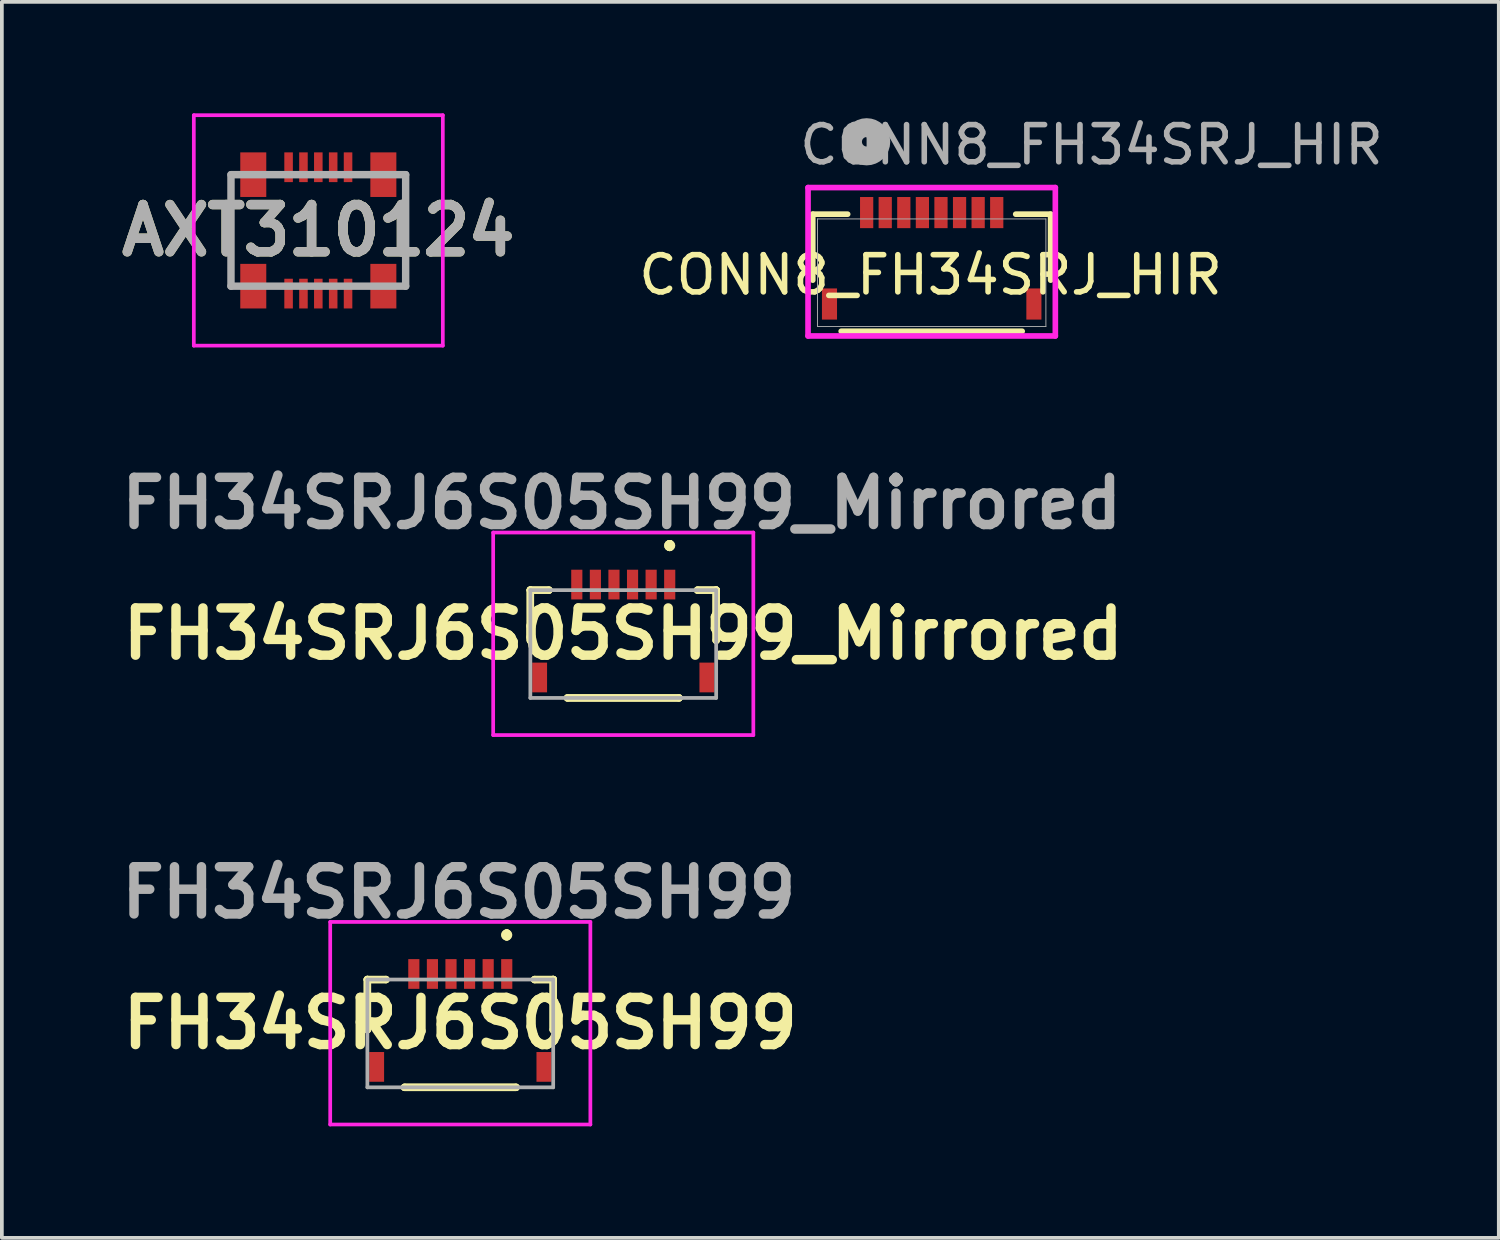
<source format=kicad_pcb>
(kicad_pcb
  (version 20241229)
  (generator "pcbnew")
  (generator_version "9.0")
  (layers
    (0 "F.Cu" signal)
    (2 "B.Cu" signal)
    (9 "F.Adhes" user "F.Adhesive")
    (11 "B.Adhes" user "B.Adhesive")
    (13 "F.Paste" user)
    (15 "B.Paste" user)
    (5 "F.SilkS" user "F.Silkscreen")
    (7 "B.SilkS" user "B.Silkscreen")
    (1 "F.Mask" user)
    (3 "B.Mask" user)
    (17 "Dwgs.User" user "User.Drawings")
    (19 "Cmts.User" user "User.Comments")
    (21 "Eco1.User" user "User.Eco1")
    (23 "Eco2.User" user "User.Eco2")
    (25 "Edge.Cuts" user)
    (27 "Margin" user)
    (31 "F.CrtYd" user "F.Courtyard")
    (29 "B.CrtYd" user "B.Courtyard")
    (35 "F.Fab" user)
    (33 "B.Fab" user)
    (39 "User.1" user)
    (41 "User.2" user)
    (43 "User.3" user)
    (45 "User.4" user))
  (footprint "CONN8_FH34SRJ_HIR"
    (layer "F.Cu")
    (at 22.019 4.288)
    (property "Reference" "CONN8_FH34SRJ_HIR" (at -0.03 0.06 0) (unlocked yes) (layer "F.SilkS") (effects (font (size 1 1) (thickness 0.15))))
    (attr smd)
    (fp_line (start -3.2 -1.575) (end -3.2 0.2) (stroke (width 0.152) (type solid)) (layer "F.SilkS"))
    (fp_line (start -2.435 1.575) (end 2.435 1.575) (stroke (width 0.152) (type solid)) (layer "F.SilkS"))
    (fp_line (start -2.261 -1.575) (end -3.2 -1.575) (stroke (width 0.152) (type solid)) (layer "F.SilkS"))
    (fp_line (start 3.2 -1.575) (end 2.261 -1.575) (stroke (width 0.152) (type solid)) (layer "F.SilkS"))
    (fp_line (start 3.2 0.2) (end 3.2 -1.575) (stroke (width 0.152) (type solid)) (layer "F.SilkS"))
    (fp_line (start -3.327 -2.291) (end -3.327 1.702) (stroke (width 0.152) (type solid)) (layer "F.CrtYd"))
    (fp_line (start -3.327 1.702) (end 3.327 1.702) (stroke (width 0.152) (type solid)) (layer "F.CrtYd"))
    (fp_line (start 3.327 -2.291) (end -3.327 -2.291) (stroke (width 0.152) (type solid)) (layer "F.CrtYd"))
    (fp_line (start 3.327 1.702) (end 3.327 -2.291) (stroke (width 0.152) (type solid)) (layer "F.CrtYd"))
    (fp_line (start -3.073 -1.448) (end -3.073 1.448) (stroke (width 0.025) (type solid)) (layer "F.Fab"))
    (fp_line (start -3.073 1.448) (end 3.073 1.448) (stroke (width 0.025) (type solid)) (layer "F.Fab"))
    (fp_line (start 3.073 -1.448) (end -3.073 -1.448) (stroke (width 0.025) (type solid)) (layer "F.Fab"))
    (fp_line (start 3.073 1.448) (end 3.073 -1.448) (stroke (width 0.025) (type solid)) (layer "F.Fab"))
    (fp_circle (center -1.75 -3.523) (end -1.369 -3.523) (stroke (width 0.508) (type solid)) (fill no) (layer "F.Fab"))
    (fp_text user "${REFERENCE}" (at 4.3 -3.44 0) (unlocked yes) (layer "F.Fab") (effects (font (size 1 1) (thickness 0.15))))
    (pad "1" smd rect (at -1.75 -1.618) (size 0.356 0.838) (layers "F.Cu" "F.Mask" "F.Paste"))
    (pad "2" smd rect (at -1.25 -1.618) (size 0.356 0.838) (layers "F.Cu" "F.Mask" "F.Paste"))
    (pad "3" smd rect (at -0.75 -1.618) (size 0.356 0.838) (layers "F.Cu" "F.Mask" "F.Paste"))
    (pad "4" smd rect (at -0.25 -1.618) (size 0.356 0.838) (layers "F.Cu" "F.Mask" "F.Paste"))
    (pad "5" smd rect (at 0.25 -1.618) (size 0.356 0.838) (layers "F.Cu" "F.Mask" "F.Paste"))
    (pad "6" smd rect (at 0.75 -1.618) (size 0.356 0.838) (layers "F.Cu" "F.Mask" "F.Paste"))
    (pad "7" smd rect (at 1.25 -1.618) (size 0.356 0.838) (layers "F.Cu" "F.Mask" "F.Paste"))
    (pad "8" smd rect (at 1.75 -1.618) (size 0.356 0.838) (layers "F.Cu" "F.Mask" "F.Paste"))
    (pad "9" smd rect (at -2.75 0.842) (size 0.406 0.838) (layers "F.Cu" "F.Mask" "F.Paste"))
    (pad "10" smd rect (at 2.75 0.842) (size 0.406 0.838) (layers "F.Cu" "F.Mask" "F.Paste")))
  (footprint "AXT310124"
    (layer "F.Cu")
    (at 5.515 3.15)
    (property "Reference" "AXT310124" (at 0 0 0) (layer "F.SilkS") (effects (font (size 1.27 1.27) (thickness 0.254))))
    (attr smd)
    (fp_line (start -2.35 -1.5) (end -2.35 1.5) (stroke (width 0.1) (type solid)) (layer "F.SilkS"))
    (fp_line (start 2.35 -1.5) (end 2.35 1.5) (stroke (width 0.1) (type solid)) (layer "F.SilkS"))
    (fp_line (start -3.35 -3.1) (end 3.35 -3.1) (stroke (width 0.1) (type solid)) (layer "F.CrtYd"))
    (fp_line (start -3.35 3.1) (end -3.35 -3.1) (stroke (width 0.1) (type solid)) (layer "F.CrtYd"))
    (fp_line (start 3.35 -3.1) (end 3.35 3.1) (stroke (width 0.1) (type solid)) (layer "F.CrtYd"))
    (fp_line (start 3.35 3.1) (end -3.35 3.1) (stroke (width 0.1) (type solid)) (layer "F.CrtYd"))
    (fp_line (start -2.35 -1.5) (end 2.35 -1.5) (stroke (width 0.2) (type solid)) (layer "F.Fab"))
    (fp_line (start -2.35 1.5) (end -2.35 -1.5) (stroke (width 0.2) (type solid)) (layer "F.Fab"))
    (fp_line (start 2.35 -1.5) (end 2.35 1.5) (stroke (width 0.2) (type solid)) (layer "F.Fab"))
    (fp_line (start 2.35 1.5) (end -2.35 1.5) (stroke (width 0.2) (type solid)) (layer "F.Fab"))
    (fp_text user "${REFERENCE}" (at 0 0 0) (layer "F.Fab") (effects (font (size 1.27 1.27) (thickness 0.254))))
    (pad "1" smd rect (at -0.8 1.7) (size 0.23 0.8) (layers "F.Cu" "F.Mask" "F.Paste"))
    (pad "2" smd rect (at -0.8 -1.7) (size 0.23 0.8) (layers "F.Cu" "F.Mask" "F.Paste"))
    (pad "3" smd rect (at -0.4 1.7) (size 0.23 0.8) (layers "F.Cu" "F.Mask" "F.Paste"))
    (pad "4" smd rect (at -0.4 -1.7) (size 0.23 0.8) (layers "F.Cu" "F.Mask" "F.Paste"))
    (pad "5" smd rect (at 0 1.7) (size 0.23 0.8) (layers "F.Cu" "F.Mask" "F.Paste"))
    (pad "6" smd rect (at 0 -1.7) (size 0.23 0.8) (layers "F.Cu" "F.Mask" "F.Paste"))
    (pad "7" smd rect (at 0.4 1.7) (size 0.23 0.8) (layers "F.Cu" "F.Mask" "F.Paste"))
    (pad "8" smd rect (at 0.4 -1.7) (size 0.23 0.8) (layers "F.Cu" "F.Mask" "F.Paste"))
    (pad "9" smd rect (at 0.8 1.7) (size 0.23 0.8) (layers "F.Cu" "F.Mask" "F.Paste"))
    (pad "10" smd rect (at 0.8 -1.7) (size 0.23 0.8) (layers "F.Cu" "F.Mask" "F.Paste"))
    (pad "MP1" smd rect (at -1.75 1.5) (size 0.7 1.2) (layers "F.Cu" "F.Mask" "F.Paste"))
    (pad "MP2" smd rect (at -1.75 -1.5) (size 0.7 1.2) (layers "F.Cu" "F.Mask" "F.Paste"))
    (pad "MP3" smd rect (at 1.75 -1.5) (size 0.7 1.2) (layers "F.Cu" "F.Mask" "F.Paste"))
    (pad "MP4" smd rect (at 1.75 1.5) (size 0.7 1.2) (layers "F.Cu" "F.Mask" "F.Paste")))
  (footprint "FH34SRJ6S05SH99_Mirrored"
    (layer "F.Cu")
    (at 13.72 14.279)
    (property "Reference" "FH34SRJ6S05SH99_Mirrored" (at 0 -0.275 0) (layer "F.SilkS") (effects (font (size 1.27 1.27) (thickness 0.254))))
    (attr smd)
    (fp_line (start -2.5 -1.45) (end -2.5 -1.45) (stroke (width 0.2) (type solid)) (layer "F.SilkS"))
    (fp_line (start -2.5 -1.45) (end -2.5 -1.45) (stroke (width 0.2) (type solid)) (layer "F.SilkS"))
    (fp_line (start -2.5 -1.45) (end -2.5 -0.1) (stroke (width 0.2) (type solid)) (layer "F.SilkS"))
    (fp_line (start -2.5 -1.45) (end -2 -1.45) (stroke (width 0.2) (type solid)) (layer "F.SilkS"))
    (fp_line (start -2.5 -0.1) (end -2.5 -1.45) (stroke (width 0.2) (type solid)) (layer "F.SilkS"))
    (fp_line (start -2.5 -0.1) (end -2.5 -0.1) (stroke (width 0.2) (type solid)) (layer "F.SilkS"))
    (fp_line (start -2 -1.45) (end -2.5 -1.45) (stroke (width 0.2) (type solid)) (layer "F.SilkS"))
    (fp_line (start -2 -1.45) (end -2 -1.45) (stroke (width 0.2) (type solid)) (layer "F.SilkS"))
    (fp_line (start -1.5 1.45) (end -1.5 1.45) (stroke (width 0.2) (type solid)) (layer "F.SilkS"))
    (fp_line (start -1.5 1.45) (end 1.5 1.45) (stroke (width 0.2) (type solid)) (layer "F.SilkS"))
    (fp_line (start 1.25 -2.7) (end 1.25 -2.7) (stroke (width 0.2) (type solid)) (layer "F.SilkS"))
    (fp_line (start 1.25 -2.7) (end 1.25 -2.7) (stroke (width 0.2) (type solid)) (layer "F.SilkS"))
    (fp_line (start 1.25 -2.6) (end 1.25 -2.6) (stroke (width 0.2) (type solid)) (layer "F.SilkS"))
    (fp_line (start 1.5 1.45) (end -1.5 1.45) (stroke (width 0.2) (type solid)) (layer "F.SilkS"))
    (fp_line (start 1.5 1.45) (end 1.5 1.45) (stroke (width 0.2) (type solid)) (layer "F.SilkS"))
    (fp_line (start 2 -1.45) (end 2 -1.45) (stroke (width 0.2) (type solid)) (layer "F.SilkS"))
    (fp_line (start 2 -1.45) (end 2.5 -1.45) (stroke (width 0.2) (type solid)) (layer "F.SilkS"))
    (fp_line (start 2.5 -1.45) (end 2 -1.45) (stroke (width 0.2) (type solid)) (layer "F.SilkS"))
    (fp_line (start 2.5 -1.45) (end 2.5 -1.45) (stroke (width 0.2) (type solid)) (layer "F.SilkS"))
    (fp_line (start 2.5 -1.45) (end 2.5 -1.45) (stroke (width 0.2) (type solid)) (layer "F.SilkS"))
    (fp_line (start 2.5 -1.45) (end 2.5 -0.1) (stroke (width 0.2) (type solid)) (layer "F.SilkS"))
    (fp_line (start 2.5 -0.1) (end 2.5 -1.45) (stroke (width 0.2) (type solid)) (layer "F.SilkS"))
    (fp_line (start 2.5 -0.1) (end 2.5 -0.1) (stroke (width 0.2) (type solid)) (layer "F.SilkS"))
    (fp_arc (start 1.25 -2.7) (mid 1.3 -2.65) (end 1.25 -2.6) (stroke (width 0.2) (type solid)) (layer "F.SilkS"))
    (fp_arc (start 1.25 -2.6) (mid 1.2 -2.65) (end 1.25 -2.7) (stroke (width 0.2) (type solid)) (layer "F.SilkS"))
    (fp_arc (start 1.25 -2.6) (mid 1.2 -2.65) (end 1.25 -2.7) (stroke (width 0.2) (type solid)) (layer "F.SilkS"))
    (fp_line (start -3.5 -3) (end 3.5 -3) (stroke (width 0.1) (type solid)) (layer "F.CrtYd"))
    (fp_line (start -3.5 2.45) (end -3.5 -3) (stroke (width 0.1) (type solid)) (layer "F.CrtYd"))
    (fp_line (start 3.5 -3) (end 3.5 2.45) (stroke (width 0.1) (type solid)) (layer "F.CrtYd"))
    (fp_line (start 3.5 2.45) (end -3.5 2.45) (stroke (width 0.1) (type solid)) (layer "F.CrtYd"))
    (fp_line (start -2.5 -1.45) (end -2.5 1.45) (stroke (width 0.1) (type solid)) (layer "F.Fab"))
    (fp_line (start -2.5 1.45) (end 2.5 1.45) (stroke (width 0.1) (type solid)) (layer "F.Fab"))
    (fp_line (start 2.5 -1.45) (end -2.5 -1.45) (stroke (width 0.1) (type solid)) (layer "F.Fab"))
    (fp_line (start 2.5 1.45) (end 2.5 -1.45) (stroke (width 0.1) (type solid)) (layer "F.Fab"))
    (fp_text user "${REFERENCE}" (at -0.04 -3.79 0) (layer "F.Fab") (effects (font (size 1.27 1.27) (thickness 0.254))))
    (pad "1" smd rect (at 1.25 -1.6) (size 0.3 0.8) (layers "F.Cu" "F.Mask" "F.Paste"))
    (pad "2" smd rect (at 0.75 -1.6) (size 0.3 0.8) (layers "F.Cu" "F.Mask" "F.Paste"))
    (pad "3" smd rect (at 0.25 -1.6) (size 0.3 0.8) (layers "F.Cu" "F.Mask" "F.Paste"))
    (pad "4" smd rect (at -0.25 -1.6) (size 0.3 0.8) (layers "F.Cu" "F.Mask" "F.Paste"))
    (pad "5" smd rect (at -0.75 -1.6) (size 0.3 0.8) (layers "F.Cu" "F.Mask" "F.Paste"))
    (pad "6" smd rect (at -1.25 -1.6) (size 0.3 0.8) (layers "F.Cu" "F.Mask" "F.Paste"))
    (pad "MP1" smd rect (at 2.25 0.9) (size 0.4 0.8) (layers "F.Cu" "F.Mask" "F.Paste"))
    (pad "MP2" smd rect (at -2.25 0.9) (size 0.4 0.8) (layers "F.Cu" "F.Mask" "F.Paste")))
  (footprint "FH34SRJ6S05SH99"
    (layer "F.Cu")
    (at 9.335 24.757)
    (property "Reference" "FH34SRJ6S05SH99" (at 0 -0.275 0) (layer "F.SilkS") (effects (font (size 1.27 1.27) (thickness 0.254))))
    (attr smd)
    (fp_line (start -2.5 -1.45) (end -2.5 -1.45) (stroke (width 0.2) (type solid)) (layer "F.SilkS"))
    (fp_line (start -2.5 -1.45) (end -2.5 -1.45) (stroke (width 0.2) (type solid)) (layer "F.SilkS"))
    (fp_line (start -2.5 -1.45) (end -2.5 -0.1) (stroke (width 0.2) (type solid)) (layer "F.SilkS"))
    (fp_line (start -2.5 -1.45) (end -2 -1.45) (stroke (width 0.2) (type solid)) (layer "F.SilkS"))
    (fp_line (start -2.5 -0.1) (end -2.5 -1.45) (stroke (width 0.2) (type solid)) (layer "F.SilkS"))
    (fp_line (start -2.5 -0.1) (end -2.5 -0.1) (stroke (width 0.2) (type solid)) (layer "F.SilkS"))
    (fp_line (start -2 -1.45) (end -2.5 -1.45) (stroke (width 0.2) (type solid)) (layer "F.SilkS"))
    (fp_line (start -2 -1.45) (end -2 -1.45) (stroke (width 0.2) (type solid)) (layer "F.SilkS"))
    (fp_line (start -1.5 1.45) (end -1.5 1.45) (stroke (width 0.2) (type solid)) (layer "F.SilkS"))
    (fp_line (start -1.5 1.45) (end 1.5 1.45) (stroke (width 0.2) (type solid)) (layer "F.SilkS"))
    (fp_line (start 1.25 -2.7) (end 1.25 -2.7) (stroke (width 0.2) (type solid)) (layer "F.SilkS"))
    (fp_line (start 1.25 -2.7) (end 1.25 -2.7) (stroke (width 0.2) (type solid)) (layer "F.SilkS"))
    (fp_line (start 1.25 -2.6) (end 1.25 -2.6) (stroke (width 0.2) (type solid)) (layer "F.SilkS"))
    (fp_line (start 1.5 1.45) (end -1.5 1.45) (stroke (width 0.2) (type solid)) (layer "F.SilkS"))
    (fp_line (start 1.5 1.45) (end 1.5 1.45) (stroke (width 0.2) (type solid)) (layer "F.SilkS"))
    (fp_line (start 2 -1.45) (end 2 -1.45) (stroke (width 0.2) (type solid)) (layer "F.SilkS"))
    (fp_line (start 2 -1.45) (end 2.5 -1.45) (stroke (width 0.2) (type solid)) (layer "F.SilkS"))
    (fp_line (start 2.5 -1.45) (end 2 -1.45) (stroke (width 0.2) (type solid)) (layer "F.SilkS"))
    (fp_line (start 2.5 -1.45) (end 2.5 -1.45) (stroke (width 0.2) (type solid)) (layer "F.SilkS"))
    (fp_line (start 2.5 -1.45) (end 2.5 -1.45) (stroke (width 0.2) (type solid)) (layer "F.SilkS"))
    (fp_line (start 2.5 -1.45) (end 2.5 -0.1) (stroke (width 0.2) (type solid)) (layer "F.SilkS"))
    (fp_line (start 2.5 -0.1) (end 2.5 -1.45) (stroke (width 0.2) (type solid)) (layer "F.SilkS"))
    (fp_line (start 2.5 -0.1) (end 2.5 -0.1) (stroke (width 0.2) (type solid)) (layer "F.SilkS"))
    (fp_arc (start 1.25 -2.7) (mid 1.3 -2.65) (end 1.25 -2.6) (stroke (width 0.2) (type solid)) (layer "F.SilkS"))
    (fp_arc (start 1.25 -2.6) (mid 1.2 -2.65) (end 1.25 -2.7) (stroke (width 0.2) (type solid)) (layer "F.SilkS"))
    (fp_arc (start 1.25 -2.6) (mid 1.2 -2.65) (end 1.25 -2.7) (stroke (width 0.2) (type solid)) (layer "F.SilkS"))
    (fp_line (start -3.5 -3) (end 3.5 -3) (stroke (width 0.1) (type solid)) (layer "F.CrtYd"))
    (fp_line (start -3.5 2.45) (end -3.5 -3) (stroke (width 0.1) (type solid)) (layer "F.CrtYd"))
    (fp_line (start 3.5 -3) (end 3.5 2.45) (stroke (width 0.1) (type solid)) (layer "F.CrtYd"))
    (fp_line (start 3.5 2.45) (end -3.5 2.45) (stroke (width 0.1) (type solid)) (layer "F.CrtYd"))
    (fp_line (start -2.5 -1.45) (end -2.5 1.45) (stroke (width 0.1) (type solid)) (layer "F.Fab"))
    (fp_line (start -2.5 1.45) (end 2.5 1.45) (stroke (width 0.1) (type solid)) (layer "F.Fab"))
    (fp_line (start 2.5 -1.45) (end -2.5 -1.45) (stroke (width 0.1) (type solid)) (layer "F.Fab"))
    (fp_line (start 2.5 1.45) (end 2.5 -1.45) (stroke (width 0.1) (type solid)) (layer "F.Fab"))
    (fp_text user "${REFERENCE}" (at -0.04 -3.79 0) (layer "F.Fab") (effects (font (size 1.27 1.27) (thickness 0.254))))
    (pad "1" smd rect (at -1.25 -1.6) (size 0.3 0.8) (layers "F.Cu" "F.Mask" "F.Paste"))
    (pad "2" smd rect (at -0.75 -1.6) (size 0.3 0.8) (layers "F.Cu" "F.Mask" "F.Paste"))
    (pad "3" smd rect (at -0.25 -1.6) (size 0.3 0.8) (layers "F.Cu" "F.Mask" "F.Paste"))
    (pad "4" smd rect (at 0.25 -1.6) (size 0.3 0.8) (layers "F.Cu" "F.Mask" "F.Paste"))
    (pad "5" smd rect (at 0.75 -1.6) (size 0.3 0.8) (layers "F.Cu" "F.Mask" "F.Paste"))
    (pad "6" smd rect (at 1.25 -1.6) (size 0.3 0.8) (layers "F.Cu" "F.Mask" "F.Paste"))
    (pad "MP1" smd rect (at 2.25 0.9) (size 0.4 0.8) (layers "F.Cu" "F.Mask" "F.Paste"))
    (pad "MP2" smd rect (at -2.25 0.9) (size 0.4 0.8) (layers "F.Cu" "F.Mask" "F.Paste")))
  (gr_rect
    (start -3 -3)
    (end 37.278 30.257)
    (stroke (width 0.1) (type default))
    (fill no)
    (layer "Edge.Cuts")))
</source>
